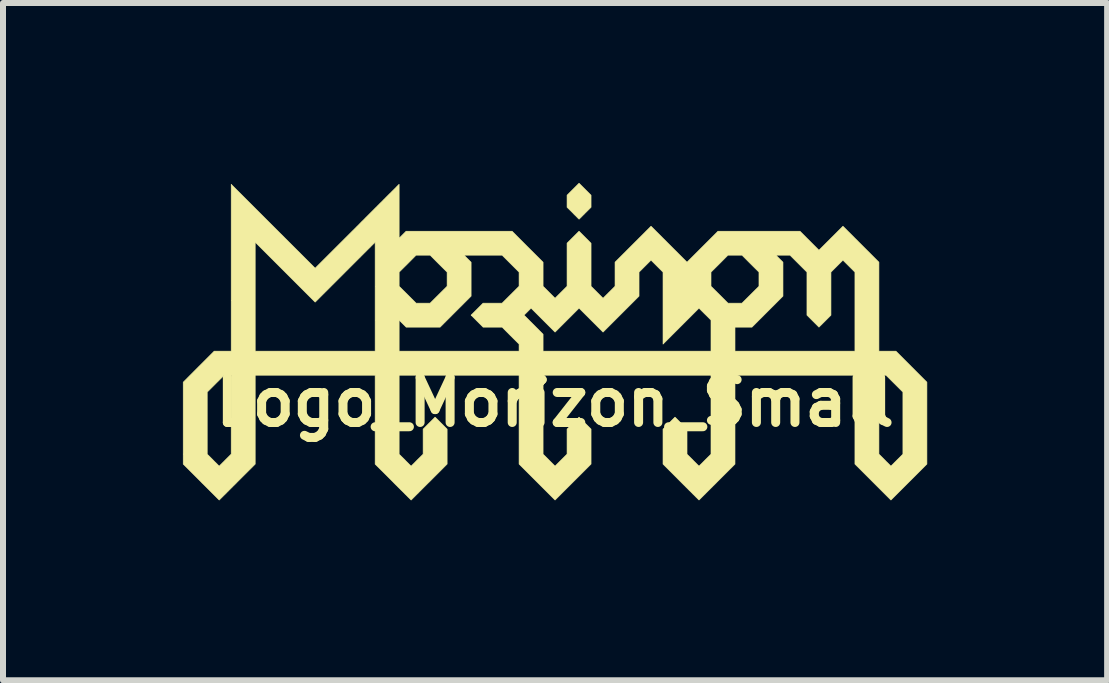
<source format=kicad_pcb>
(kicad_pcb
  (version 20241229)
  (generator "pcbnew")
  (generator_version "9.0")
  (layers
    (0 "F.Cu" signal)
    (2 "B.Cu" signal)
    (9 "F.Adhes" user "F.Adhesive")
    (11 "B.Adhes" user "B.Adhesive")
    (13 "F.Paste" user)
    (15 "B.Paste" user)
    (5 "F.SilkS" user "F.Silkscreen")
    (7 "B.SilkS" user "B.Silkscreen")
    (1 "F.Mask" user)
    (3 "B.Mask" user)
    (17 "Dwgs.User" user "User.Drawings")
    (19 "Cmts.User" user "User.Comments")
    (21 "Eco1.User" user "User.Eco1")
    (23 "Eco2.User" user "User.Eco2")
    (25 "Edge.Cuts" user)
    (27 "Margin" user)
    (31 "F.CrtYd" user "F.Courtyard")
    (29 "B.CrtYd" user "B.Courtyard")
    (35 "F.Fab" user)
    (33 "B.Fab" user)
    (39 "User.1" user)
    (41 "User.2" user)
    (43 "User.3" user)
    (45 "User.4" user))
  (footprint "Logo_Morizon_Small"
    (layer "F.Cu")
    (at 6.205 2.655)
    (property "Reference" "Logo_Morizon_Small" (at 0 1 0) (layer "F.SilkS") (effects (font (size 0.75 0.75) (thickness 0.15))))
    (attr through_hole)
    (fp_poly (pts (xy 0.5 -2.55) (xy 0.6 -2.45) (xy 0.6 -2.249) (xy 0.5 -2.15) (xy 0.491 -2.14) (xy 0.482 -2.131) (xy 0.473 -2.122) (xy 0.464 -2.114) (xy 0.456 -2.105) (xy 0.448 -2.098) (xy 0.441 -2.09) (xy 0.434 -2.083) (xy 0.428 -2.077) (xy 0.422 -2.071) (xy 0.416 -2.066) (xy 0.412 -2.061) (xy 0.408 -2.058) (xy 0.405 -2.054) (xy 0.402 -2.052) (xy 0.401 -2.051) (xy 0.4 -2.05) (xy 0.4 -2.05) (xy 0.4 -2.05) (xy 0.398 -2.052) (xy 0.396 -2.054) (xy 0.393 -2.057) (xy 0.39 -2.06) (xy 0.385 -2.064) (xy 0.38 -2.069) (xy 0.375 -2.075) (xy 0.368 -2.081) (xy 0.362 -2.088) (xy 0.354 -2.095) (xy 0.347 -2.103) (xy 0.339 -2.111) (xy 0.33 -2.119) (xy 0.321 -2.128) (xy 0.312 -2.137) (xy 0.303 -2.147) (xy 0.3 -2.15) (xy 0.2 -2.249) (xy 0.2 -2.45) (xy 0.3 -2.55) (xy 0.4 -2.65) (xy 0.5 -2.55)) (stroke (width 0.01) (type solid)) (fill yes) (layer "F.SilkS"))
    (fp_poly (pts (xy -4.7 -1.932) (xy -4 -1.233) (xy -3.25 -1.982) (xy -3.226 -2.007) (xy -3.201 -2.031) (xy -3.177 -2.055) (xy -3.154 -2.079) (xy -3.13 -2.103) (xy -3.107 -2.126) (xy -3.084 -2.149) (xy -3.061 -2.172) (xy -3.039 -2.194) (xy -3.017 -2.216) (xy -2.996 -2.237) (xy -2.974 -2.258) (xy -2.954 -2.279) (xy -2.934 -2.299) (xy -2.914 -2.319) (xy -2.894 -2.338) (xy -2.875 -2.357) (xy -2.857 -2.376) (xy -2.839 -2.393) (xy -2.822 -2.411) (xy -2.805 -2.428) (xy -2.789 -2.444) (xy -2.773 -2.46) (xy -2.758 -2.475) (xy -2.743 -2.489) (xy -2.729 -2.503) (xy -2.716 -2.517) (xy -2.703 -2.529) (xy -2.691 -2.541) (xy -2.68 -2.552) (xy -2.669 -2.563) (xy -2.659 -2.573) (xy -2.65 -2.582) (xy -2.642 -2.591) (xy -2.634 -2.599) (xy -2.627 -2.606) (xy -2.621 -2.612) (xy -2.615 -2.617) (xy -2.611 -2.622) (xy -2.607 -2.626) (xy -2.604 -2.628) (xy -2.602 -2.631) (xy -2.601 -2.632) (xy -2.6 -2.632) (xy -2.6 -2.631) (xy -2.6 -2.63) (xy -2.6 -2.627) (xy -2.6 -2.622) (xy -2.6 -2.617) (xy -2.6 -2.61) (xy -2.6 -2.603) (xy -2.6 -2.594) (xy -2.6 -2.585) (xy -2.6 -2.574) (xy -2.6 -2.562) (xy -2.6 -2.55) (xy -2.6 -2.536) (xy -2.6 -2.522) (xy -2.6 -2.507) (xy -2.6 -2.491) (xy -2.6 -2.475) (xy -2.6 -2.457) (xy -2.6 -2.439) (xy -2.6 -2.421) (xy -2.6 -2.401) (xy -2.6 -2.381) (xy -2.6 -2.361) (xy -2.6 -2.34) (xy -2.6 -2.318) (xy -2.6 -2.296) (xy -2.6 -2.274) (xy -2.6 -2.251) (xy -2.6 -2.228) (xy -2.6 -2.204) (xy -2.6 -2.182) (xy -2.6 -1.733) (xy -2.483 -1.85) (xy -1.6 -1.85) (xy -0.717 -1.85) (xy -0.459 -1.591) (xy -0.2 -1.333) (xy -0.2 -0.932) (xy -0.1 -0.832) (xy 0 -0.732) (xy 0.1 -0.832) (xy 0.2 -0.932) (xy 0.2 -1.65) (xy 0.3 -1.75) (xy 0.4 -1.85) (xy 0.6 -1.649) (xy 0.6 -1.291) (xy 0.6 -0.932) (xy 0.7 -0.832) (xy 0.8 -0.732) (xy 0.9 -0.832) (xy 1 -0.932) (xy 1 -1.133) (xy 1 -1.333) (xy 1.3 -1.633) (xy 1.6 -1.933) (xy 1.9 -1.633) (xy 2.2 -1.333) (xy 2.717 -1.85) (xy 3.4 -1.85) (xy 4.083 -1.85) (xy 4.4 -1.533) (xy 4.8 -1.933) (xy 5.1 -1.633) (xy 5.4 -1.333) (xy 5.4 0.15) (xy 5.683 0.15) (xy 6.2 0.668) (xy 6.2 1.35) (xy 6.2 2.033) (xy 5.9 2.333) (xy 5.6 2.633) (xy 5.3 2.333) (xy 5 2.033) (xy 5 0.551) (xy 5.4 0.551) (xy 5.4 1.867) (xy 5.5 1.967) (xy 5.509 1.976) (xy 5.518 1.986) (xy 5.527 1.995) (xy 5.536 2.003) (xy 5.544 2.011) (xy 5.552 2.019) (xy 5.559 2.026) (xy 5.566 2.033) (xy 5.573 2.04) (xy 5.578 2.045) (xy 5.584 2.051) (xy 5.588 2.055) (xy 5.592 2.059) (xy 5.595 2.062) (xy 5.598 2.065) (xy 5.599 2.066) (xy 5.6 2.067) (xy 5.6 2.067) (xy 5.601 2.066) (xy 5.602 2.065) (xy 5.604 2.063) (xy 5.607 2.06) (xy 5.611 2.057) (xy 5.615 2.052) (xy 5.62 2.047) (xy 5.626 2.042) (xy 5.632 2.035) (xy 5.639 2.029) (xy 5.646 2.022) (xy 5.653 2.014) (xy 5.661 2.006) (xy 5.67 1.997) (xy 5.679 1.989) (xy 5.688 1.979) (xy 5.697 1.97) (xy 5.7 1.967) (xy 5.8 1.867) (xy 5.8 0.833) (xy 5.659 0.692) (xy 5.517 0.551) (xy 5.4 0.551) (xy 5 0.551) (xy 3 0.551) (xy 3 2.034) (xy 2.7 2.333) (xy 2.684 2.35) (xy 2.668 2.366) (xy 2.652 2.382) (xy 2.636 2.397) (xy 2.621 2.413) (xy 2.606 2.428) (xy 2.591 2.442) (xy 2.577 2.457) (xy 2.563 2.47) (xy 2.549 2.484) (xy 2.536 2.497) (xy 2.523 2.51) (xy 2.511 2.522) (xy 2.5 2.534) (xy 2.488 2.545) (xy 2.478 2.555) (xy 2.468 2.565) (xy 2.458 2.575) (xy 2.45 2.583) (xy 2.441 2.592) (xy 2.434 2.599) (xy 2.427 2.606) (xy 2.421 2.612) (xy 2.416 2.617) (xy 2.411 2.622) (xy 2.407 2.626) (xy 2.404 2.629) (xy 2.402 2.631) (xy 2.4 2.632) (xy 2.4 2.633) (xy 2.4 2.633) (xy 2.4 2.632) (xy 2.398 2.631) (xy 2.396 2.629) (xy 2.393 2.626) (xy 2.389 2.622) (xy 2.384 2.617) (xy 2.379 2.612) (xy 2.373 2.606) (xy 2.366 2.599) (xy 2.359 2.592) (xy 2.35 2.584) (xy 2.342 2.575) (xy 2.332 2.565) (xy 2.322 2.555) (xy 2.312 2.545) (xy 2.3 2.534) (xy 2.289 2.522) (xy 2.277 2.51) (xy 2.264 2.497) (xy 2.251 2.484) (xy 2.237 2.471) (xy 2.223 2.457) (xy 2.209 2.442) (xy 2.194 2.428) (xy 2.179 2.413) (xy 2.164 2.397) (xy 2.148 2.382) (xy 2.132 2.366) (xy 2.116 2.35) (xy 2.1 2.333) (xy 2.099 2.333) (xy 1.8 2.033) (xy 1.8 1.742) (xy 1.8 1.451) (xy 1.9 1.35) (xy 2 1.25) (xy 2.1 1.35) (xy 2.2 1.451) (xy 2.2 1.659) (xy 2.2 1.868) (xy 2.3 1.967) (xy 2.309 1.977) (xy 2.318 1.986) (xy 2.327 1.995) (xy 2.336 2.003) (xy 2.344 2.012) (xy 2.352 2.019) (xy 2.359 2.027) (xy 2.366 2.034) (xy 2.372 2.04) (xy 2.378 2.046) (xy 2.384 2.051) (xy 2.388 2.055) (xy 2.392 2.059) (xy 2.395 2.062) (xy 2.398 2.065) (xy 2.399 2.066) (xy 2.4 2.067) (xy 2.4 2.067) (xy 2.4 2.066) (xy 2.402 2.065) (xy 2.404 2.063) (xy 2.407 2.06) (xy 2.411 2.057) (xy 2.415 2.052) (xy 2.42 2.047) (xy 2.426 2.042) (xy 2.432 2.035) (xy 2.439 2.029) (xy 2.446 2.022) (xy 2.454 2.014) (xy 2.462 2.006) (xy 2.47 1.997) (xy 2.479 1.989) (xy 2.488 1.979) (xy 2.497 1.97) (xy 2.5 1.967) (xy 2.6 1.868) (xy 2.6 0.551) (xy -0.2 0.551) (xy -0.2 1.867) (xy -0.1 1.967) (xy 0 2.067) (xy 0.1 1.967) (xy 0.2 1.867) (xy 0.2 1.45) (xy 0.3 1.35) (xy 0.4 1.25) (xy 0.5 1.35) (xy 0.6 1.45) (xy 0.6 2.033) (xy 0.3 2.333) (xy 0 2.633) (xy -0.3 2.333) (xy -0.6 2.033) (xy -0.6 0.551) (xy -2.6 0.551) (xy -2.6 1.868) (xy -2.5 1.967) (xy -2.491 1.977) (xy -2.482 1.986) (xy -2.473 1.995) (xy -2.464 2.003) (xy -2.456 2.012) (xy -2.448 2.019) (xy -2.441 2.027) (xy -2.434 2.034) (xy -2.427 2.04) (xy -2.422 2.046) (xy -2.416 2.051) (xy -2.412 2.055) (xy -2.408 2.059) (xy -2.405 2.062) (xy -2.402 2.065) (xy -2.401 2.066) (xy -2.4 2.067) (xy -2.4 2.067) (xy -2.399 2.066) (xy -2.398 2.065) (xy -2.396 2.063) (xy -2.393 2.06) (xy -2.389 2.057) (xy -2.385 2.052) (xy -2.38 2.047) (xy -2.374 2.042) (xy -2.368 2.035) (xy -2.361 2.029) (xy -2.354 2.022) (xy -2.346 2.014) (xy -2.338 2.006) (xy -2.33 1.997) (xy -2.321 1.989) (xy -2.312 1.979) (xy -2.303 1.97) (xy -2.3 1.967) (xy -2.2 1.868) (xy -2.2 1.451) (xy -2.1 1.35) (xy -2 1.25) (xy -1.9 1.35) (xy -1.8 1.451) (xy -1.8 2.033) (xy -2.099 2.333) (xy -2.116 2.349) (xy -2.132 2.365) (xy -2.148 2.381) (xy -2.164 2.397) (xy -2.179 2.412) (xy -2.194 2.427) (xy -2.209 2.442) (xy -2.223 2.456) (xy -2.237 2.47) (xy -2.251 2.484) (xy -2.264 2.497) (xy -2.276 2.51) (xy -2.288 2.522) (xy -2.3 2.533) (xy -2.311 2.544) (xy -2.322 2.555) (xy -2.332 2.565) (xy -2.341 2.575) (xy -2.35 2.583) (xy -2.358 2.591) (xy -2.366 2.599) (xy -2.373 2.606) (xy -2.379 2.612) (xy -2.384 2.617) (xy -2.389 2.622) (xy -2.393 2.626) (xy -2.396 2.629) (xy -2.398 2.631) (xy -2.399 2.632) (xy -2.4 2.633) (xy -2.4 2.633) (xy -2.4 2.632) (xy -2.402 2.631) (xy -2.404 2.629) (xy -2.407 2.626) (xy -2.411 2.622) (xy -2.416 2.617) (xy -2.421 2.612) (xy -2.427 2.606) (xy -2.434 2.599) (xy -2.441 2.592) (xy -2.45 2.584) (xy -2.458 2.575) (xy -2.468 2.565) (xy -2.478 2.555) (xy -2.488 2.545) (xy -2.5 2.534) (xy -2.511 2.522) (xy -2.523 2.51) (xy -2.536 2.497) (xy -2.549 2.484) (xy -2.563 2.471) (xy -2.577 2.457) (xy -2.591 2.442) (xy -2.606 2.428) (xy -2.621 2.413) (xy -2.636 2.397) (xy -2.652 2.382) (xy -2.668 2.366) (xy -2.684 2.35) (xy -2.7 2.333) (xy -2.7 2.333) (xy -3 2.034) (xy -3 0.551) (xy -5 0.551) (xy -5 2.034) (xy -5.3 2.333) (xy -5.316 2.35) (xy -5.332 2.366) (xy -5.348 2.382) (xy -5.364 2.397) (xy -5.379 2.413) (xy -5.394 2.428) (xy -5.409 2.442) (xy -5.423 2.457) (xy -5.437 2.47) (xy -5.45 2.484) (xy -5.464 2.497) (xy -5.476 2.51) (xy -5.488 2.522) (xy -5.5 2.534) (xy -5.511 2.545) (xy -5.522 2.555) (xy -5.532 2.565) (xy -5.541 2.575) (xy -5.55 2.583) (xy -5.558 2.592) (xy -5.566 2.599) (xy -5.573 2.606) (xy -5.579 2.612) (xy -5.584 2.617) (xy -5.589 2.622) (xy -5.593 2.626) (xy -5.596 2.629) (xy -5.598 2.631) (xy -5.599 2.632) (xy -5.6 2.633) (xy -5.6 2.633) (xy -5.6 2.632) (xy -5.602 2.631) (xy -5.604 2.629) (xy -5.607 2.626) (xy -5.611 2.622) (xy -5.615 2.617) (xy -5.621 2.612) (xy -5.627 2.606) (xy -5.634 2.599) (xy -5.641 2.592) (xy -5.649 2.584) (xy -5.658 2.575) (xy -5.668 2.565) (xy -5.678 2.555) (xy -5.688 2.545) (xy -5.699 2.534) (xy -5.711 2.522) (xy -5.723 2.51) (xy -5.736 2.497) (xy -5.749 2.484) (xy -5.762 2.471) (xy -5.776 2.457) (xy -5.791 2.442) (xy -5.805 2.428) (xy -5.82 2.413) (xy -5.836 2.397) (xy -5.851 2.382) (xy -5.867 2.366) (xy -5.884 2.35) (xy -5.9 2.333) (xy -5.9 2.333) (xy -6.2 2.033) (xy -6.2 0.833) (xy -5.8 0.833) (xy -5.8 1.867) (xy -5.7 1.967) (xy -5.691 1.976) (xy -5.682 1.986) (xy -5.673 1.995) (xy -5.664 2.003) (xy -5.656 2.011) (xy -5.648 2.019) (xy -5.641 2.026) (xy -5.634 2.033) (xy -5.628 2.04) (xy -5.622 2.045) (xy -5.617 2.051) (xy -5.612 2.055) (xy -5.608 2.059) (xy -5.605 2.062) (xy -5.602 2.065) (xy -5.601 2.066) (xy -5.6 2.067) (xy -5.6 2.067) (xy -5.6 2.066) (xy -5.598 2.065) (xy -5.596 2.063) (xy -5.593 2.06) (xy -5.59 2.057) (xy -5.585 2.052) (xy -5.58 2.047) (xy -5.575 2.042) (xy -5.568 2.035) (xy -5.562 2.029) (xy -5.554 2.022) (xy -5.547 2.014) (xy -5.539 2.006) (xy -5.53 1.997) (xy -5.521 1.989) (xy -5.512 1.979) (xy -5.503 1.97) (xy -5.5 1.967) (xy -5.4 1.867) (xy -5.4 0.551) (xy -5.517 0.551) (xy -5.659 0.692) (xy -5.8 0.833) (xy -6.2 0.833) (xy -6.2 0.668) (xy -5.942 0.409) (xy -5.683 0.15) (xy -5.541 0.15) (xy -5.4 0.15) (xy -5.4 -0.724) (xy -5 -0.724) (xy -5 -0.691) (xy -5 -0.658) (xy -5 -0.625) (xy -5 -0.592) (xy -5 -0.56) (xy -5 -0.528) (xy -5 -0.497) (xy -5 -0.466) (xy -5 -0.435) (xy -5 -0.405) (xy -5 -0.376) (xy -5 -0.347) (xy -5 -0.319) (xy -5 -0.291) (xy -5 -0.264) (xy -5 -0.238) (xy -5 -0.212) (xy -5 -0.187) (xy -5 -0.163) (xy -5 -0.139) (xy -5 -0.116) (xy -5 -0.094) (xy -5 -0.073) (xy -5 -0.052) (xy -5 -0.033) (xy -5 -0.014) (xy -5 0.004) (xy -5 0.021) (xy -5 0.037) (xy -5 0.052) (xy -5 0.066) (xy -5 0.079) (xy -5 0.091) (xy -5 0.102) (xy -5 0.112) (xy -5 0.121) (xy -5 0.128) (xy -5 0.135) (xy -5 0.14) (xy -5 0.145) (xy -5 0.148) (xy -5 0.15) (xy -5 0.15) (xy -4.999 0.15) (xy -4.997 0.15) (xy -4.994 0.15) (xy -4.99 0.15) (xy -4.984 0.15) (xy -4.977 0.15) (xy -4.97 0.15) (xy -4.961 0.15) (xy -4.951 0.15) (xy -4.939 0.15) (xy -4.927 0.15) (xy -4.914 0.15) (xy -4.9 0.15) (xy -4.885 0.15) (xy -4.869 0.15) (xy -4.851 0.15) (xy -4.833 0.15) (xy -4.814 0.15) (xy -4.795 0.15) (xy -4.774 0.15) (xy -4.752 0.15) (xy -4.73 0.15) (xy -4.707 0.15) (xy -4.683 0.15) (xy -4.658 0.15) (xy -4.633 0.15) (xy -4.607 0.15) (xy -4.58 0.15) (xy -4.552 0.15) (xy -4.524 0.15) (xy -4.495 0.15) (xy -4.466 0.15) (xy -4.436 0.15) (xy -4.405 0.15) (xy -4.374 0.15) (xy -4.343 0.15) (xy -4.311 0.15) (xy -4.278 0.15) (xy -4.245 0.15) (xy -4.212 0.15) (xy -4.178 0.15) (xy -4.144 0.15) (xy -4.109 0.15) (xy -4.074 0.15) (xy -4.039 0.15) (xy -4.003 0.15) (xy -4 0.15) (xy -3 0.15) (xy -3 -0.367) (xy -2.6 -0.367) (xy -2.6 0.15) (xy -0.6 0.15) (xy -0.6 0.033) (xy -0.742 -0.108) (xy -0.883 -0.25) (xy -1.2 -0.25) (xy -1.3 -0.35) (xy -1.4 -0.45) (xy -1.4 -0.45) (xy -0.517 -0.45) (xy -0.2 -0.132) (xy -0.2 0.15) (xy 2.6 0.15) (xy 2.6 -0.25) (xy 3 -0.25) (xy 3 -0.05) (xy 3 -0.034) (xy 3 -0.019) (xy 3 -0.003) (xy 3 0.011) (xy 3 0.026) (xy 3 0.039) (xy 3 0.052) (xy 3 0.065) (xy 3 0.077) (xy 3 0.088) (xy 3 0.098) (xy 3 0.108) (xy 3 0.117) (xy 3 0.125) (xy 3 0.131) (xy 3 0.137) (xy 3 0.142) (xy 3 0.146) (xy 3 0.148) (xy 3 0.15) (xy 3 0.15) (xy 3.001 0.15) (xy 3.003 0.15) (xy 3.006 0.15) (xy 3.01 0.15) (xy 3.016 0.15) (xy 3.022 0.15) (xy 3.03 0.15) (xy 3.039 0.15) (xy 3.049 0.15) (xy 3.06 0.15) (xy 3.072 0.15) (xy 3.086 0.15) (xy 3.1 0.15) (xy 3.115 0.15) (xy 3.131 0.15) (xy 3.148 0.15) (xy 3.166 0.15) (xy 3.185 0.15) (xy 3.205 0.15) (xy 3.226 0.15) (xy 3.247 0.15) (xy 3.27 0.15) (xy 3.293 0.15) (xy 3.317 0.15) (xy 3.342 0.15) (xy 3.367 0.15) (xy 3.393 0.15) (xy 3.42 0.15) (xy 3.447 0.15) (xy 3.476 0.15) (xy 3.504 0.15) (xy 3.534 0.15) (xy 3.564 0.15) (xy 3.594 0.15) (xy 3.625 0.15) (xy 3.657 0.15) (xy 3.689 0.15) (xy 3.722 0.15) (xy 3.755 0.15) (xy 3.788 0.15) (xy 3.822 0.15) (xy 3.856 0.15) (xy 3.891 0.15) (xy 3.926 0.15) (xy 3.961 0.15) (xy 3.997 0.15) (xy 4 0.15) (xy 5 0.15) (xy 5 -1.167) (xy 4.9 -1.267) (xy 4.8 -1.367) (xy 4.7 -1.267) (xy 4.6 -1.167) (xy 4.6 -0.449) (xy 4.5 -0.349) (xy 4.4 -0.25) (xy 4.3 -0.35) (xy 4.2 -0.45) (xy 4.2 -1.167) (xy 3.917 -1.45) (xy 3.683 -1.45) (xy 3.741 -1.391) (xy 3.8 -1.333) (xy 3.8 -0.767) (xy 3.541 -0.508) (xy 3.283 -0.25) (xy 3 -0.25) (xy 2.6 -0.25) (xy 2.6 -0.367) (xy 2.527 -0.44) (xy 2.519 -0.448) (xy 2.51 -0.457) (xy 2.501 -0.465) (xy 2.493 -0.474) (xy 2.484 -0.482) (xy 2.476 -0.491) (xy 2.468 -0.498) (xy 2.461 -0.506) (xy 2.454 -0.513) (xy 2.447 -0.519) (xy 2.441 -0.525) (xy 2.436 -0.531) (xy 2.431 -0.535) (xy 2.428 -0.539) (xy 2.427 -0.539) (xy 2.4 -0.567) (xy 2.1 -0.267) (xy 1.8 0.033) (xy 1.8 -0.567) (xy 1.8 -1.167) (xy 1.8 -1.167) (xy 2.6 -1.167) (xy 2.6 -0.932) (xy 2.742 -0.791) (xy 2.883 -0.65) (xy 3.117 -0.65) (xy 3.4 -0.932) (xy 3.4 -1.167) (xy 3.258 -1.308) (xy 3.117 -1.45) (xy 2.883 -1.45) (xy 2.742 -1.308) (xy 2.6 -1.167) (xy 1.8 -1.167) (xy 1.7 -1.267) (xy 1.6 -1.367) (xy 1.5 -1.267) (xy 1.4 -1.167) (xy 1.4 -0.767) (xy 1.1 -0.467) (xy 0.8 -0.167) (xy 0.4 -0.567) (xy 0 -0.167) (xy -0.4 -0.567) (xy -0.459 -0.508) (xy -0.517 -0.45) (xy -1.4 -0.45) (xy -1.3 -0.55) (xy -1.2 -0.65) (xy -0.883 -0.65) (xy -0.6 -0.932) (xy -0.6 -1.167) (xy -0.883 -1.45) (xy -1.2 -1.45) (xy -1.517 -1.45) (xy -1.459 -1.391) (xy -1.4 -1.333) (xy -1.4 -0.767) (xy -1.659 -0.508) (xy -1.917 -0.25) (xy -2.483 -0.25) (xy -2.541 -0.308) (xy -2.6 -0.367) (xy -3 -0.367) (xy -3 -0.758) (xy -3 -0.792) (xy -3 -0.826) (xy -3 -0.859) (xy -3 -0.892) (xy -3 -0.925) (xy -3 -0.957) (xy -3 -0.989) (xy -3 -1.02) (xy -3 -1.051) (xy -3 -1.081) (xy -3 -1.111) (xy -3 -1.14) (xy -3 -1.167) (xy -2.6 -1.167) (xy -2.6 -0.932) (xy -2.458 -0.791) (xy -2.317 -0.65) (xy -2.083 -0.65) (xy -1.8 -0.932) (xy -1.8 -1.167) (xy -1.942 -1.308) (xy -2.083 -1.45) (xy -2.317 -1.45) (xy -2.458 -1.308) (xy -2.6 -1.167) (xy -3 -1.167) (xy -3 -1.169) (xy -3 -1.198) (xy -3 -1.225) (xy -3 -1.252) (xy -3 -1.279) (xy -3 -1.304) (xy -3 -1.329) (xy -3 -1.354) (xy -3 -1.377) (xy -3 -1.4) (xy -3 -1.422) (xy -3 -1.443) (xy -3 -1.464) (xy -3 -1.483) (xy -3 -1.502) (xy -3 -1.52) (xy -3 -1.537) (xy -3 -1.553) (xy -3 -1.568) (xy -3 -1.582) (xy -3 -1.595) (xy -3 -1.607) (xy -3 -1.618) (xy -3 -1.628) (xy -3 -1.637) (xy -3 -1.645) (xy -3 -1.651) (xy -3 -1.657) (xy -3 -1.661) (xy -3 -1.664) (xy -3 -1.666) (xy -3 -1.666) (xy -3.001 -1.666) (xy -3.002 -1.664) (xy -3.004 -1.662) (xy -3.007 -1.659) (xy -3.011 -1.655) (xy -3.016 -1.651) (xy -3.021 -1.645) (xy -3.028 -1.639) (xy -3.035 -1.632) (xy -3.042 -1.624) (xy -3.051 -1.616) (xy -3.06 -1.607) (xy -3.07 -1.597) (xy -3.08 -1.586) (xy -3.091 -1.575) (xy -3.103 -1.564) (xy -3.116 -1.551) (xy -3.129 -1.538) (xy -3.142 -1.525) (xy -3.156 -1.511) (xy -3.171 -1.496) (xy -3.186 -1.481) (xy -3.202 -1.465) (xy -3.218 -1.449) (xy -3.234 -1.433) (xy -3.251 -1.415) (xy -3.269 -1.398) (xy -3.287 -1.38) (xy -3.305 -1.362) (xy -3.324 -1.343) (xy -3.343 -1.324) (xy -3.362 -1.305) (xy -3.382 -1.285) (xy -3.402 -1.265) (xy -3.422 -1.245) (xy -3.443 -1.224) (xy -3.463 -1.204) (xy -3.484 -1.183) (xy -4 -0.667) (xy -4.5 -1.167) (xy -5 -1.667) (xy -5 -0.724) (xy -5.4 -0.724) (xy -5.4 -2.632) (xy -4.7 -1.932)) (stroke (width 0.01) (type solid)) (fill yes) (layer "F.SilkS")))
  (gr_rect
    (start -3 -3)
    (end 15.41 8.293)
    (stroke (width 0.1) (type default))
    (fill no)
    (layer "Edge.Cuts")))
</source>
